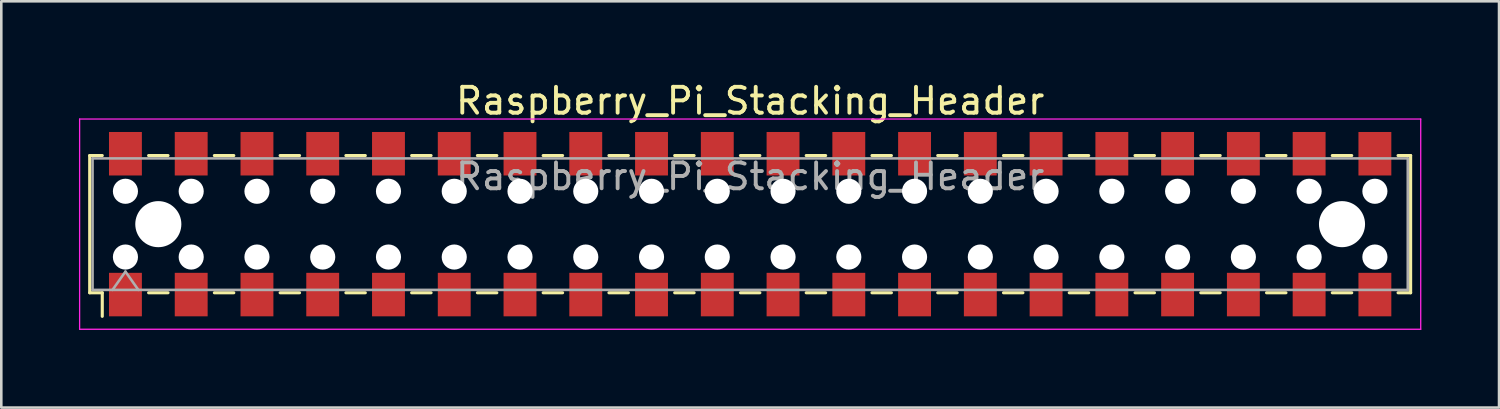
<source format=kicad_pcb>
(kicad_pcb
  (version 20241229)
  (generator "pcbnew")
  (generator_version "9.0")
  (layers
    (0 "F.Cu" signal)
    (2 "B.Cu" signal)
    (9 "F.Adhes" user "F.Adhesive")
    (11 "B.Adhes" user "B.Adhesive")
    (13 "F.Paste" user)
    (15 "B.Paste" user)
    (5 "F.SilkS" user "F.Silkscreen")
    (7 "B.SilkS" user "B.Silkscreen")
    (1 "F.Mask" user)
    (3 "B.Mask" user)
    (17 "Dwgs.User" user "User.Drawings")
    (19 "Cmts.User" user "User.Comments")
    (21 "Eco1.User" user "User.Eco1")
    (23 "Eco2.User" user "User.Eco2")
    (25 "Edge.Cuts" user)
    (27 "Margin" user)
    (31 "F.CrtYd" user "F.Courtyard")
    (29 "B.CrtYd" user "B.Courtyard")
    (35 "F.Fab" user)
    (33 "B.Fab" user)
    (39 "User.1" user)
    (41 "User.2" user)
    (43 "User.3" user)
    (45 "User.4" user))
  (footprint "Raspberry_Pi_Stacking_Header"
    (layer "F.Cu")
    (at 25.925 5.608)
    (property "Reference" "Raspberry_Pi_Stacking_Header" (at 0 -4.76 0) (layer "F.SilkS") (effects (font (size 1 1) (thickness 0.15))))
    (attr smd)
    (fp_line (start -25.51 -2.65) (end -25.025 -2.65) (stroke (width 0.12) (type solid)) (layer "F.SilkS"))
    (fp_line (start -25.51 2.65) (end -25.51 -2.65) (stroke (width 0.12) (type solid)) (layer "F.SilkS"))
    (fp_line (start -25.025 2.65) (end -25.51 2.65) (stroke (width 0.12) (type solid)) (layer "F.SilkS"))
    (fp_line (start -25.025 3.56) (end -25.025 2.65) (stroke (width 0.12) (type solid)) (layer "F.SilkS"))
    (fp_line (start -23.235 -2.65) (end -22.485 -2.65) (stroke (width 0.12) (type solid)) (layer "F.SilkS"))
    (fp_line (start -23.235 2.65) (end -22.485 2.65) (stroke (width 0.12) (type solid)) (layer "F.SilkS"))
    (fp_line (start -20.695 -2.65) (end -19.945 -2.65) (stroke (width 0.12) (type solid)) (layer "F.SilkS"))
    (fp_line (start -20.695 2.65) (end -19.945 2.65) (stroke (width 0.12) (type solid)) (layer "F.SilkS"))
    (fp_line (start -18.155 -2.65) (end -17.405 -2.65) (stroke (width 0.12) (type solid)) (layer "F.SilkS"))
    (fp_line (start -18.155 2.65) (end -17.405 2.65) (stroke (width 0.12) (type solid)) (layer "F.SilkS"))
    (fp_line (start -15.615 -2.65) (end -14.865 -2.65) (stroke (width 0.12) (type solid)) (layer "F.SilkS"))
    (fp_line (start -15.615 2.65) (end -14.865 2.65) (stroke (width 0.12) (type solid)) (layer "F.SilkS"))
    (fp_line (start -13.075 -2.65) (end -12.325 -2.65) (stroke (width 0.12) (type solid)) (layer "F.SilkS"))
    (fp_line (start -13.075 2.65) (end -12.325 2.65) (stroke (width 0.12) (type solid)) (layer "F.SilkS"))
    (fp_line (start -10.535 -2.65) (end -9.785 -2.65) (stroke (width 0.12) (type solid)) (layer "F.SilkS"))
    (fp_line (start -10.535 2.65) (end -9.785 2.65) (stroke (width 0.12) (type solid)) (layer "F.SilkS"))
    (fp_line (start -7.995 -2.65) (end -7.245 -2.65) (stroke (width 0.12) (type solid)) (layer "F.SilkS"))
    (fp_line (start -7.995 2.65) (end -7.245 2.65) (stroke (width 0.12) (type solid)) (layer "F.SilkS"))
    (fp_line (start -5.455 -2.65) (end -4.705 -2.65) (stroke (width 0.12) (type solid)) (layer "F.SilkS"))
    (fp_line (start -5.455 2.65) (end -4.705 2.65) (stroke (width 0.12) (type solid)) (layer "F.SilkS"))
    (fp_line (start -2.915 -2.65) (end -2.165 -2.65) (stroke (width 0.12) (type solid)) (layer "F.SilkS"))
    (fp_line (start -2.915 2.65) (end -2.165 2.65) (stroke (width 0.12) (type solid)) (layer "F.SilkS"))
    (fp_line (start -0.375 -2.65) (end 0.375 -2.65) (stroke (width 0.12) (type solid)) (layer "F.SilkS"))
    (fp_line (start -0.375 2.65) (end 0.375 2.65) (stroke (width 0.12) (type solid)) (layer "F.SilkS"))
    (fp_line (start 2.165 -2.65) (end 2.915 -2.65) (stroke (width 0.12) (type solid)) (layer "F.SilkS"))
    (fp_line (start 2.165 2.65) (end 2.915 2.65) (stroke (width 0.12) (type solid)) (layer "F.SilkS"))
    (fp_line (start 4.705 -2.65) (end 5.455 -2.65) (stroke (width 0.12) (type solid)) (layer "F.SilkS"))
    (fp_line (start 4.705 2.65) (end 5.455 2.65) (stroke (width 0.12) (type solid)) (layer "F.SilkS"))
    (fp_line (start 7.245 -2.65) (end 7.995 -2.65) (stroke (width 0.12) (type solid)) (layer "F.SilkS"))
    (fp_line (start 7.245 2.65) (end 7.995 2.65) (stroke (width 0.12) (type solid)) (layer "F.SilkS"))
    (fp_line (start 9.785 -2.65) (end 10.535 -2.65) (stroke (width 0.12) (type solid)) (layer "F.SilkS"))
    (fp_line (start 9.785 2.65) (end 10.535 2.65) (stroke (width 0.12) (type solid)) (layer "F.SilkS"))
    (fp_line (start 12.325 -2.65) (end 13.075 -2.65) (stroke (width 0.12) (type solid)) (layer "F.SilkS"))
    (fp_line (start 12.325 2.65) (end 13.075 2.65) (stroke (width 0.12) (type solid)) (layer "F.SilkS"))
    (fp_line (start 14.865 -2.65) (end 15.615 -2.65) (stroke (width 0.12) (type solid)) (layer "F.SilkS"))
    (fp_line (start 14.865 2.65) (end 15.615 2.65) (stroke (width 0.12) (type solid)) (layer "F.SilkS"))
    (fp_line (start 17.405 -2.65) (end 18.155 -2.65) (stroke (width 0.12) (type solid)) (layer "F.SilkS"))
    (fp_line (start 17.405 2.65) (end 18.155 2.65) (stroke (width 0.12) (type solid)) (layer "F.SilkS"))
    (fp_line (start 19.945 -2.65) (end 20.695 -2.65) (stroke (width 0.12) (type solid)) (layer "F.SilkS"))
    (fp_line (start 19.945 2.65) (end 20.695 2.65) (stroke (width 0.12) (type solid)) (layer "F.SilkS"))
    (fp_line (start 22.485 -2.65) (end 23.235 -2.65) (stroke (width 0.12) (type solid)) (layer "F.SilkS"))
    (fp_line (start 22.485 2.65) (end 23.235 2.65) (stroke (width 0.12) (type solid)) (layer "F.SilkS"))
    (fp_line (start 25.025 2.65) (end 25.51 2.65) (stroke (width 0.12) (type solid)) (layer "F.SilkS"))
    (fp_line (start 25.51 -2.65) (end 25.025 -2.65) (stroke (width 0.12) (type solid)) (layer "F.SilkS"))
    (fp_line (start 25.51 2.65) (end 25.51 -2.65) (stroke (width 0.12) (type solid)) (layer "F.SilkS"))
    (fp_line (start -25.9 -4.06) (end -25.9 4.06) (stroke (width 0.05) (type solid)) (layer "F.CrtYd"))
    (fp_line (start -25.9 4.06) (end 25.9 4.06) (stroke (width 0.05) (type solid)) (layer "F.CrtYd"))
    (fp_line (start 25.9 -4.06) (end -25.9 -4.06) (stroke (width 0.05) (type solid)) (layer "F.CrtYd"))
    (fp_line (start 25.9 4.06) (end 25.9 -4.06) (stroke (width 0.05) (type solid)) (layer "F.CrtYd"))
    (fp_line (start -25.4 -2.54) (end -25.4 2.54) (stroke (width 0.1) (type solid)) (layer "F.Fab"))
    (fp_line (start -25.4 2.54) (end 25.4 2.54) (stroke (width 0.1) (type solid)) (layer "F.Fab"))
    (fp_line (start -24.63 2.54) (end -24.13 1.833) (stroke (width 0.1) (type solid)) (layer "F.Fab"))
    (fp_line (start -24.13 1.833) (end -23.63 2.54) (stroke (width 0.1) (type solid)) (layer "F.Fab"))
    (fp_line (start 25.4 -2.54) (end -25.4 -2.54) (stroke (width 0.1) (type solid)) (layer "F.Fab"))
    (fp_line (start 25.4 2.54) (end 25.4 -2.54) (stroke (width 0.1) (type solid)) (layer "F.Fab"))
    (fp_text user "${REFERENCE}" (at 0 -1.84 180) (layer "F.Fab") (effects (font (size 1 1) (thickness 0.15))))
    (pad "" np_thru_hole circle (at -24.13 -1.27 180) (size 0.97 0.97) (drill 0.97) (layers "*.Cu" "*.Mask"))
    (pad "" np_thru_hole circle (at -24.13 1.27 180) (size 0.97 0.97) (drill 0.97) (layers "*.Cu" "*.Mask"))
    (pad "" np_thru_hole circle (at -22.86 0) (size 1.78 1.78) (drill 1.78) (layers "*.Cu" "*.Mask"))
    (pad "" np_thru_hole circle (at -21.59 -1.27 180) (size 0.97 0.97) (drill 0.97) (layers "*.Cu" "*.Mask"))
    (pad "" np_thru_hole circle (at -21.59 1.27 180) (size 0.97 0.97) (drill 0.97) (layers "*.Cu" "*.Mask"))
    (pad "" np_thru_hole circle (at -19.05 -1.27 180) (size 0.97 0.97) (drill 0.97) (layers "*.Cu" "*.Mask"))
    (pad "" np_thru_hole circle (at -19.05 1.27 180) (size 0.97 0.97) (drill 0.97) (layers "*.Cu" "*.Mask"))
    (pad "" np_thru_hole circle (at -16.51 -1.27 180) (size 0.97 0.97) (drill 0.97) (layers "*.Cu" "*.Mask"))
    (pad "" np_thru_hole circle (at -16.51 1.27 180) (size 0.97 0.97) (drill 0.97) (layers "*.Cu" "*.Mask"))
    (pad "" np_thru_hole circle (at -13.97 -1.27 180) (size 0.97 0.97) (drill 0.97) (layers "*.Cu" "*.Mask"))
    (pad "" np_thru_hole circle (at -13.97 1.27 180) (size 0.97 0.97) (drill 0.97) (layers "*.Cu" "*.Mask"))
    (pad "" np_thru_hole circle (at -11.43 -1.27 180) (size 0.97 0.97) (drill 0.97) (layers "*.Cu" "*.Mask"))
    (pad "" np_thru_hole circle (at -11.43 1.27 180) (size 0.97 0.97) (drill 0.97) (layers "*.Cu" "*.Mask"))
    (pad "" np_thru_hole circle (at -8.89 -1.27 180) (size 0.97 0.97) (drill 0.97) (layers "*.Cu" "*.Mask"))
    (pad "" np_thru_hole circle (at -8.89 1.27 180) (size 0.97 0.97) (drill 0.97) (layers "*.Cu" "*.Mask"))
    (pad "" np_thru_hole circle (at -6.35 -1.27 180) (size 0.97 0.97) (drill 0.97) (layers "*.Cu" "*.Mask"))
    (pad "" np_thru_hole circle (at -6.35 1.27 180) (size 0.97 0.97) (drill 0.97) (layers "*.Cu" "*.Mask"))
    (pad "" np_thru_hole circle (at -3.81 -1.27 180) (size 0.97 0.97) (drill 0.97) (layers "*.Cu" "*.Mask"))
    (pad "" np_thru_hole circle (at -3.81 1.27 180) (size 0.97 0.97) (drill 0.97) (layers "*.Cu" "*.Mask"))
    (pad "" np_thru_hole circle (at -1.27 -1.27 180) (size 0.97 0.97) (drill 0.97) (layers "*.Cu" "*.Mask"))
    (pad "" np_thru_hole circle (at -1.27 1.27 180) (size 0.97 0.97) (drill 0.97) (layers "*.Cu" "*.Mask"))
    (pad "" np_thru_hole circle (at 1.27 -1.27 180) (size 0.97 0.97) (drill 0.97) (layers "*.Cu" "*.Mask"))
    (pad "" np_thru_hole circle (at 1.27 1.27 180) (size 0.97 0.97) (drill 0.97) (layers "*.Cu" "*.Mask"))
    (pad "" np_thru_hole circle (at 3.81 -1.27 180) (size 0.97 0.97) (drill 0.97) (layers "*.Cu" "*.Mask"))
    (pad "" np_thru_hole circle (at 3.81 1.27 180) (size 0.97 0.97) (drill 0.97) (layers "*.Cu" "*.Mask"))
    (pad "" np_thru_hole circle (at 6.35 -1.27 180) (size 0.97 0.97) (drill 0.97) (layers "*.Cu" "*.Mask"))
    (pad "" np_thru_hole circle (at 6.35 1.27 180) (size 0.97 0.97) (drill 0.97) (layers "*.Cu" "*.Mask"))
    (pad "" np_thru_hole circle (at 8.89 -1.27 180) (size 0.97 0.97) (drill 0.97) (layers "*.Cu" "*.Mask"))
    (pad "" np_thru_hole circle (at 8.89 1.27 180) (size 0.97 0.97) (drill 0.97) (layers "*.Cu" "*.Mask"))
    (pad "" np_thru_hole circle (at 11.43 -1.27 180) (size 0.97 0.97) (drill 0.97) (layers "*.Cu" "*.Mask"))
    (pad "" np_thru_hole circle (at 11.43 1.27 180) (size 0.97 0.97) (drill 0.97) (layers "*.Cu" "*.Mask"))
    (pad "" np_thru_hole circle (at 13.97 -1.27 180) (size 0.97 0.97) (drill 0.97) (layers "*.Cu" "*.Mask"))
    (pad "" np_thru_hole circle (at 13.97 1.27 180) (size 0.97 0.97) (drill 0.97) (layers "*.Cu" "*.Mask"))
    (pad "" np_thru_hole circle (at 16.51 -1.27 180) (size 0.97 0.97) (drill 0.97) (layers "*.Cu" "*.Mask"))
    (pad "" np_thru_hole circle (at 16.51 1.27 180) (size 0.97 0.97) (drill 0.97) (layers "*.Cu" "*.Mask"))
    (pad "" np_thru_hole circle (at 19.05 -1.27 180) (size 0.97 0.97) (drill 0.97) (layers "*.Cu" "*.Mask"))
    (pad "" np_thru_hole circle (at 19.05 1.27 180) (size 0.97 0.97) (drill 0.97) (layers "*.Cu" "*.Mask"))
    (pad "" np_thru_hole circle (at 21.59 -1.27 180) (size 0.97 0.97) (drill 0.97) (layers "*.Cu" "*.Mask"))
    (pad "" np_thru_hole circle (at 21.59 1.27 180) (size 0.97 0.97) (drill 0.97) (layers "*.Cu" "*.Mask"))
    (pad "" np_thru_hole circle (at 22.86 0) (size 1.78 1.78) (drill 1.78) (layers "*.Cu" "*.Mask"))
    (pad "" np_thru_hole circle (at 24.13 -1.27 180) (size 0.97 0.97) (drill 0.97) (layers "*.Cu" "*.Mask"))
    (pad "" np_thru_hole circle (at 24.13 1.27 180) (size 0.97 0.97) (drill 0.97) (layers "*.Cu" "*.Mask"))
    (pad "1" smd rect (at -24.13 2.72 180) (size 1.27 1.68) (layers "F.Cu" "F.Mask" "F.Paste"))
    (pad "2" smd rect (at -24.13 -2.72 180) (size 1.27 1.68) (layers "F.Cu" "F.Mask" "F.Paste"))
    (pad "3" smd rect (at -21.59 2.72 180) (size 1.27 1.68) (layers "F.Cu" "F.Mask" "F.Paste"))
    (pad "4" smd rect (at -21.59 -2.72 180) (size 1.27 1.68) (layers "F.Cu" "F.Mask" "F.Paste"))
    (pad "5" smd rect (at -19.05 2.72 180) (size 1.27 1.68) (layers "F.Cu" "F.Mask" "F.Paste"))
    (pad "6" smd rect (at -19.05 -2.72 180) (size 1.27 1.68) (layers "F.Cu" "F.Mask" "F.Paste"))
    (pad "7" smd rect (at -16.51 2.72 180) (size 1.27 1.68) (layers "F.Cu" "F.Mask" "F.Paste"))
    (pad "8" smd rect (at -16.51 -2.72 180) (size 1.27 1.68) (layers "F.Cu" "F.Mask" "F.Paste"))
    (pad "9" smd rect (at -13.97 2.72 180) (size 1.27 1.68) (layers "F.Cu" "F.Mask" "F.Paste"))
    (pad "10" smd rect (at -13.97 -2.72 180) (size 1.27 1.68) (layers "F.Cu" "F.Mask" "F.Paste"))
    (pad "11" smd rect (at -11.43 2.72 180) (size 1.27 1.68) (layers "F.Cu" "F.Mask" "F.Paste"))
    (pad "12" smd rect (at -11.43 -2.72 180) (size 1.27 1.68) (layers "F.Cu" "F.Mask" "F.Paste"))
    (pad "13" smd rect (at -8.89 2.72 180) (size 1.27 1.68) (layers "F.Cu" "F.Mask" "F.Paste"))
    (pad "14" smd rect (at -8.89 -2.72 180) (size 1.27 1.68) (layers "F.Cu" "F.Mask" "F.Paste"))
    (pad "15" smd rect (at -6.35 2.72 180) (size 1.27 1.68) (layers "F.Cu" "F.Mask" "F.Paste"))
    (pad "16" smd rect (at -6.35 -2.72 180) (size 1.27 1.68) (layers "F.Cu" "F.Mask" "F.Paste"))
    (pad "17" smd rect (at -3.81 2.72 180) (size 1.27 1.68) (layers "F.Cu" "F.Mask" "F.Paste"))
    (pad "18" smd rect (at -3.81 -2.72 180) (size 1.27 1.68) (layers "F.Cu" "F.Mask" "F.Paste"))
    (pad "19" smd rect (at -1.27 2.72 180) (size 1.27 1.68) (layers "F.Cu" "F.Mask" "F.Paste"))
    (pad "20" smd rect (at -1.27 -2.72 180) (size 1.27 1.68) (layers "F.Cu" "F.Mask" "F.Paste"))
    (pad "21" smd rect (at 1.27 2.72 180) (size 1.27 1.68) (layers "F.Cu" "F.Mask" "F.Paste"))
    (pad "22" smd rect (at 1.27 -2.72 180) (size 1.27 1.68) (layers "F.Cu" "F.Mask" "F.Paste"))
    (pad "23" smd rect (at 3.81 2.72 180) (size 1.27 1.68) (layers "F.Cu" "F.Mask" "F.Paste"))
    (pad "24" smd rect (at 3.81 -2.72 180) (size 1.27 1.68) (layers "F.Cu" "F.Mask" "F.Paste"))
    (pad "25" smd rect (at 6.35 2.72 180) (size 1.27 1.68) (layers "F.Cu" "F.Mask" "F.Paste"))
    (pad "26" smd rect (at 6.35 -2.72 180) (size 1.27 1.68) (layers "F.Cu" "F.Mask" "F.Paste"))
    (pad "27" smd rect (at 8.89 2.72 180) (size 1.27 1.68) (layers "F.Cu" "F.Mask" "F.Paste"))
    (pad "28" smd rect (at 8.89 -2.72 180) (size 1.27 1.68) (layers "F.Cu" "F.Mask" "F.Paste"))
    (pad "29" smd rect (at 11.43 2.72 180) (size 1.27 1.68) (layers "F.Cu" "F.Mask" "F.Paste"))
    (pad "30" smd rect (at 11.43 -2.72 180) (size 1.27 1.68) (layers "F.Cu" "F.Mask" "F.Paste"))
    (pad "31" smd rect (at 13.97 2.72 180) (size 1.27 1.68) (layers "F.Cu" "F.Mask" "F.Paste"))
    (pad "32" smd rect (at 13.97 -2.72 180) (size 1.27 1.68) (layers "F.Cu" "F.Mask" "F.Paste"))
    (pad "33" smd rect (at 16.51 2.72 180) (size 1.27 1.68) (layers "F.Cu" "F.Mask" "F.Paste"))
    (pad "34" smd rect (at 16.51 -2.72 180) (size 1.27 1.68) (layers "F.Cu" "F.Mask" "F.Paste"))
    (pad "35" smd rect (at 19.05 2.72 180) (size 1.27 1.68) (layers "F.Cu" "F.Mask" "F.Paste"))
    (pad "36" smd rect (at 19.05 -2.72 180) (size 1.27 1.68) (layers "F.Cu" "F.Mask" "F.Paste"))
    (pad "37" smd rect (at 21.59 2.72 180) (size 1.27 1.68) (layers "F.Cu" "F.Mask" "F.Paste"))
    (pad "38" smd rect (at 21.59 -2.72 180) (size 1.27 1.68) (layers "F.Cu" "F.Mask" "F.Paste"))
    (pad "39" smd rect (at 24.13 2.72 180) (size 1.27 1.68) (layers "F.Cu" "F.Mask" "F.Paste"))
    (pad "40" smd rect (at 24.13 -2.72 180) (size 1.27 1.68) (layers "F.Cu" "F.Mask" "F.Paste")))
  (gr_rect
    (start -3 -3)
    (end 54.85 12.693)
    (stroke (width 0.1) (type default))
    (fill no)
    (layer "Edge.Cuts")))
</source>
